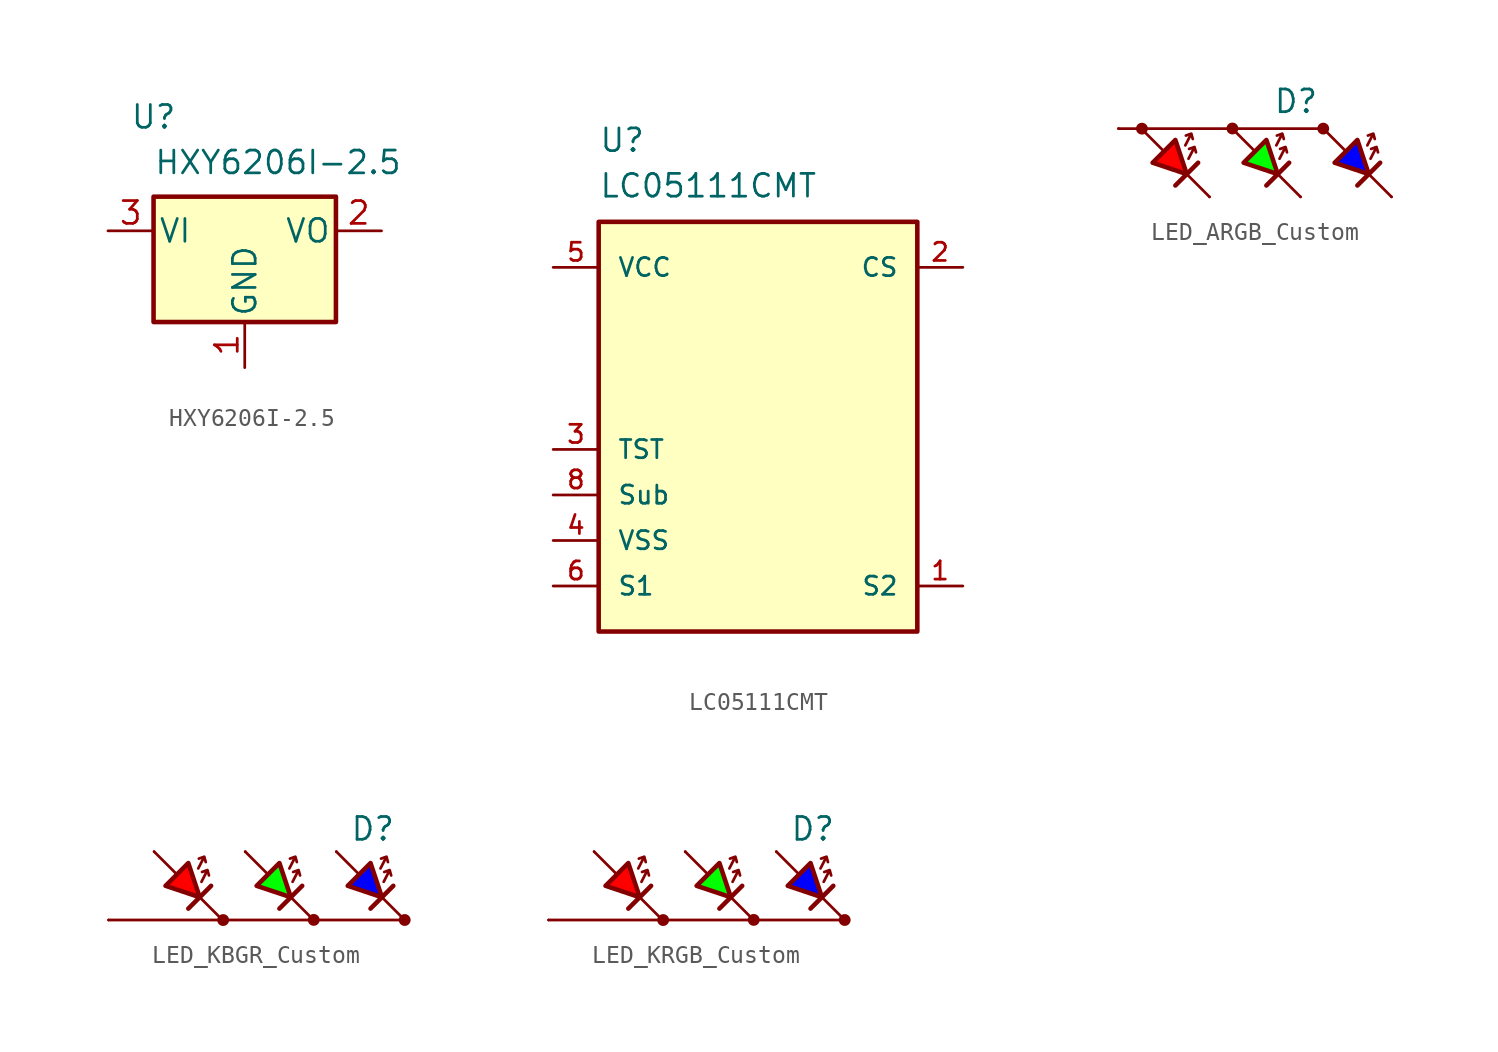
<source format=kicad_sym>
(kicad_symbol_lib
  (version 20241209)
  (generator "kicad_symbol_editor")
  (generator_version "9.0")
  (symbol "HXY6206I-2.5"
    (pin_names
      (offset 0.254))
    (property "Reference" "U"
      (at -5.08 6.35 0)
      (effects (font (size 1.27 1.27))))
    (property "Value" "HXY6206I-2.5"
      (at -5.08 3.81 0)
      (effects (font (size 1.27 1.27)) (justify left)))
    (symbol "HXY6206I-2.5_0_1"
      (rectangle (start -5.08 1.905) (end 5.08 -5.08) (stroke (width 0.254) (type default)) (fill (type background))))
    (symbol "HXY6206I-2.5_1_1"
      (pin power_in line (at -7.62 0 0) (length 2.54) (name "VI" (effects (font (size 1.27 1.27)))) (number "3" (effects (font (size 1.27 1.27)))))
      (pin power_in line (at 0 -7.62 90) (length 2.54) (name "GND" (effects (font (size 1.27 1.27)))) (number "1" (effects (font (size 1.27 1.27)))))
      (pin power_out line (at 7.62 0 180) (length 2.54) (name "VO" (effects (font (size 1.27 1.27)))) (number "2" (effects (font (size 1.27 1.27)))))))
  (symbol "LC05111CMT"
    (pin_names
      (offset 1.016))
    (property "Reference" "U"
      (at -8.89 15.24 0)
      (effects (font (size 1.27 1.27)) (justify left bottom)))
    (property "Value" "LC05111CMT"
      (at -8.89 12.7 0)
      (effects (font (size 1.27 1.27)) (justify left bottom)))
    (symbol "LC05111CMT_0_0"
      (rectangle (start -8.89 11.43) (end 8.89 -11.43) (stroke (width 0.254) (type default)) (fill (type background))))
    (symbol "LC05111CMT_1_0"
      (pin power_in line (at -11.43 8.89 0) (length 2.54) (name "VCC" (effects (font (size 1.016 1.016)))) (number "5" (effects (font (size 1.016 1.016)))))
      (pin bidirectional line (at -11.43 -1.27 0) (length 2.54) (name "TST" (effects (font (size 1.016 1.016)))) (number "3" (effects (font (size 1.016 1.016)))))
      (pin power_in line (at -11.43 -3.81 0) (length 2.54) (name "Sub" (effects (font (size 1.016 1.016)))) (number "8" (effects (font (size 1.016 1.016)))))
      (pin power_in line (at -11.43 -6.35 0) (length 2.54) (name "VSS" (effects (font (size 1.016 1.016)))) (number "4" (effects (font (size 1.016 1.016)))))
      (pin bidirectional line (at -11.43 -8.89 0) (length 2.54) (name "S1" (effects (font (size 1.016 1.016)))) (number "6" (effects (font (size 1.016 1.016)))))
      (pin input line (at 11.43 8.89 180) (length 2.54) (name "CS" (effects (font (size 1.016 1.016)))) (number "2" (effects (font (size 1.016 1.016)))))
      (pin no_connect line (at 11.43 0 180) (length 2.54) (hide yes) (name "DRAIN" (effects (font (size 1.016 1.016)))) (number "EP" (effects (font (size 1.016 1.016)))))
      (pin bidirectional line (at 11.43 -8.89 180) (length 2.54) (name "S2" (effects (font (size 1.016 1.016)))) (number "1" (effects (font (size 1.016 1.016)))))))
  (symbol "LED_ARGB_Custom"
    (pin_names
      (offset 0)
      (hide yes))
    (property "Reference" "D"
      (at 1.016 2.794 0)
      (effects (font (size 1.27 1.27))))
    (symbol "LED_ARGB_Custom_0_1"
      (polyline (pts (xy -8.89 1.27) (xy 2.54 1.27)) (stroke (width 0) (type default)) (fill (type none)))
      (polyline (pts (xy -7.62 1.27) (xy -6.35 0)) (stroke (width 0) (type default)) (fill (type none)))
      (circle (center -7.582 1.267) (radius 0.254) (stroke (width 0) (type default)) (fill (type outline)))
      (polyline (pts (xy -6.985 -0.635) (xy -5.715 0.635) (xy -5.08 -1.27) (xy -6.985 -0.635)) (stroke (width 0.254) (type default)) (fill (type color) (color 255 0 0 1)))
      (polyline (pts (xy -5.715 -1.905) (xy -4.445 -0.635)) (stroke (width 0.254) (type default)) (fill (type none)))
      (polyline (pts (xy -5.16 0.334) (xy -4.825 0.989) (xy -5.128 0.882) (xy -4.825 0.989) (xy -4.743 0.69)) (stroke (width 0) (type default)) (fill (type none)))
      (polyline (pts (xy -5.08 -1.27) (xy -3.81 -2.54)) (stroke (width 0) (type default)) (fill (type none)))
      (polyline (pts (xy -4.981 -0.411) (xy -4.647 0.244) (xy -4.949 0.137) (xy -4.647 0.244) (xy -4.564 -0.055)) (stroke (width 0) (type default)) (fill (type none)))
      (polyline (pts (xy -2.54 1.27) (xy -1.27 0)) (stroke (width 0) (type default)) (fill (type none)))
      (circle (center -2.531 1.276) (radius 0.254) (stroke (width 0) (type default)) (fill (type outline)))
      (polyline (pts (xy -1.905 -0.635) (xy -0.635 0.635) (xy 0 -1.27) (xy -1.905 -0.635)) (stroke (width 0.254) (type default)) (fill (type color) (color 0 255 0 1)))
      (polyline (pts (xy -0.635 -1.905) (xy 0.635 -0.635)) (stroke (width 0.254) (type default)) (fill (type none)))
      (polyline (pts (xy -0.08 0.334) (xy 0.255 0.989) (xy -0.048 0.882) (xy 0.255 0.989) (xy 0.337 0.69)) (stroke (width 0) (type default)) (fill (type none)))
      (polyline (pts (xy 0 -1.27) (xy 1.27 -2.54)) (stroke (width 0) (type default)) (fill (type none)))
      (polyline (pts (xy 0.099 -0.411) (xy 0.433 0.244) (xy 0.131 0.137) (xy 0.433 0.244) (xy 0.516 -0.055)) (stroke (width 0) (type default)) (fill (type none)))
      (polyline (pts (xy 2.54 1.27) (xy 3.81 0)) (stroke (width 0) (type default)) (fill (type none)))
      (circle (center 2.54 1.27) (radius 0.254) (stroke (width 0) (type default)) (fill (type outline)))
      (polyline (pts (xy 3.175 -0.635) (xy 4.445 0.635) (xy 5.08 -1.27) (xy 3.175 -0.635)) (stroke (width 0.254) (type default)) (fill (type color) (color 0 0 255 1)))
      (polyline (pts (xy 4.445 -1.905) (xy 5.715 -0.635)) (stroke (width 0.254) (type default)) (fill (type none)))
      (polyline (pts (xy 5 0.334) (xy 5.335 0.989) (xy 5.032 0.882) (xy 5.335 0.989) (xy 5.417 0.69)) (stroke (width 0) (type default)) (fill (type none)))
      (polyline (pts (xy 5.08 -1.27) (xy 6.35 -2.54)) (stroke (width 0) (type default)) (fill (type none)))
      (polyline (pts (xy 5.179 -0.411) (xy 5.513 0.244) (xy 5.211 0.137) (xy 5.513 0.244) (xy 5.596 -0.055)) (stroke (width 0) (type default)) (fill (type none))))
    (symbol "LED_ARGB_Custom_1_1"
      (pin passive line (at -8.89 1.27 270) (length 0) (name "A" (effects (font (size 0 0)))) (number "1" (effects (font (size 0 0)))))
      (pin passive line (at -3.81 -2.54 90) (length 0) (name "RK" (effects (font (size 0 0)))) (number "2" (effects (font (size 0 0)))))
      (pin passive line (at 1.27 -2.54 90) (length 0) (name "GK" (effects (font (size 0 0)))) (number "3" (effects (font (size 0 0)))))
      (pin passive line (at 6.35 -2.54 90) (length 0) (name "BK" (effects (font (size 0 0)))) (number "4" (effects (font (size 0 0)))))))
  (symbol "LED_KBGR_Custom"
    (pin_names
      (offset 0)
      (hide yes))
    (property "Reference" "D"
      (at 4.572 2.54 0)
      (effects (font (size 1.27 1.27))))
    (symbol "LED_KBGR_Custom_0_1"
      (polyline (pts (xy -10.16 -2.54) (xy 6.35 -2.54)) (stroke (width 0) (type default)) (fill (type none)))
      (polyline (pts (xy -7.62 1.27) (xy -6.35 0)) (stroke (width 0) (type default)) (fill (type none)))
      (polyline (pts (xy -6.985 -0.635) (xy -5.715 0.635) (xy -5.08 -1.27) (xy -6.985 -0.635)) (stroke (width 0.254) (type default)) (fill (type color) (color 255 0 0 1)))
      (polyline (pts (xy -5.715 -1.905) (xy -4.445 -0.635)) (stroke (width 0.254) (type default)) (fill (type none)))
      (polyline (pts (xy -5.16 0.334) (xy -4.825 0.989) (xy -5.128 0.882) (xy -4.825 0.989) (xy -4.743 0.69)) (stroke (width 0) (type default)) (fill (type none)))
      (polyline (pts (xy -5.08 -1.27) (xy -3.81 -2.54)) (stroke (width 0) (type default)) (fill (type none)))
      (polyline (pts (xy -4.981 -0.411) (xy -4.647 0.244) (xy -4.949 0.137) (xy -4.647 0.244) (xy -4.564 -0.055)) (stroke (width 0) (type default)) (fill (type none)))
      (circle (center -3.772 -2.543) (radius 0.254) (stroke (width 0) (type default)) (fill (type outline)))
      (polyline (pts (xy -2.54 1.27) (xy -1.27 0)) (stroke (width 0) (type default)) (fill (type none)))
      (polyline (pts (xy -1.905 -0.635) (xy -0.635 0.635) (xy 0 -1.27) (xy -1.905 -0.635)) (stroke (width 0.254) (type default)) (fill (type color) (color 0 255 0 1)))
      (polyline (pts (xy -0.635 -1.905) (xy 0.635 -0.635)) (stroke (width 0.254) (type default)) (fill (type none)))
      (polyline (pts (xy -0.08 0.334) (xy 0.255 0.989) (xy -0.048 0.882) (xy 0.255 0.989) (xy 0.337 0.69)) (stroke (width 0) (type default)) (fill (type none)))
      (polyline (pts (xy 0 -1.27) (xy 1.27 -2.54)) (stroke (width 0) (type default)) (fill (type none)))
      (polyline (pts (xy 0.099 -0.411) (xy 0.433 0.244) (xy 0.131 0.137) (xy 0.433 0.244) (xy 0.516 -0.055)) (stroke (width 0) (type default)) (fill (type none)))
      (circle (center 1.279 -2.534) (radius 0.254) (stroke (width 0) (type default)) (fill (type outline)))
      (polyline (pts (xy 2.54 1.27) (xy 3.81 0)) (stroke (width 0) (type default)) (fill (type none)))
      (polyline (pts (xy 3.175 -0.635) (xy 4.445 0.635) (xy 5.08 -1.27) (xy 3.175 -0.635)) (stroke (width 0.254) (type default)) (fill (type color) (color 0 0 255 1)))
      (polyline (pts (xy 4.445 -1.905) (xy 5.715 -0.635)) (stroke (width 0.254) (type default)) (fill (type none)))
      (polyline (pts (xy 5 0.334) (xy 5.335 0.989) (xy 5.032 0.882) (xy 5.335 0.989) (xy 5.417 0.69)) (stroke (width 0) (type default)) (fill (type none)))
      (polyline (pts (xy 5.08 -1.27) (xy 6.35 -2.54)) (stroke (width 0) (type default)) (fill (type none)))
      (polyline (pts (xy 5.179 -0.411) (xy 5.513 0.244) (xy 5.211 0.137) (xy 5.513 0.244) (xy 5.596 -0.055)) (stroke (width 0) (type default)) (fill (type none)))
      (circle (center 6.35 -2.54) (radius 0.254) (stroke (width 0) (type default)) (fill (type outline))))
    (symbol "LED_KBGR_Custom_1_1"
      (pin passive line (at -10.16 -2.54 90) (length 0) (name "K" (effects (font (size 0 0)))) (number "1" (effects (font (size 0 0)))))
      (pin passive line (at -7.62 1.27 270) (length 0) (name "RA" (effects (font (size 0 0)))) (number "4" (effects (font (size 0 0)))))
      (pin passive line (at -2.54 1.27 270) (length 0) (name "GA" (effects (font (size 0 0)))) (number "3" (effects (font (size 0 0)))))
      (pin passive line (at 2.54 1.27 270) (length 0) (name "BA" (effects (font (size 0 0)))) (number "2" (effects (font (size 0 0)))))))
  (symbol "LED_KRGB_Custom"
    (pin_names
      (offset 0)
      (hide yes))
    (property "Reference" "D"
      (at 4.572 2.54 0)
      (effects (font (size 1.27 1.27))))
    (symbol "LED_KRGB_Custom_0_1"
      (polyline (pts (xy -10.16 -2.54) (xy 6.35 -2.54)) (stroke (width 0) (type default)) (fill (type none)))
      (polyline (pts (xy -7.62 1.27) (xy -6.35 0)) (stroke (width 0) (type default)) (fill (type none)))
      (polyline (pts (xy -6.985 -0.635) (xy -5.715 0.635) (xy -5.08 -1.27) (xy -6.985 -0.635)) (stroke (width 0.254) (type default)) (fill (type color) (color 255 0 0 1)))
      (polyline (pts (xy -5.715 -1.905) (xy -4.445 -0.635)) (stroke (width 0.254) (type default)) (fill (type none)))
      (polyline (pts (xy -5.16 0.334) (xy -4.825 0.989) (xy -5.128 0.882) (xy -4.825 0.989) (xy -4.743 0.69)) (stroke (width 0) (type default)) (fill (type none)))
      (polyline (pts (xy -5.08 -1.27) (xy -3.81 -2.54)) (stroke (width 0) (type default)) (fill (type none)))
      (polyline (pts (xy -4.981 -0.411) (xy -4.647 0.244) (xy -4.949 0.137) (xy -4.647 0.244) (xy -4.564 -0.055)) (stroke (width 0) (type default)) (fill (type none)))
      (circle (center -3.772 -2.543) (radius 0.254) (stroke (width 0) (type default)) (fill (type outline)))
      (polyline (pts (xy -2.54 1.27) (xy -1.27 0)) (stroke (width 0) (type default)) (fill (type none)))
      (polyline (pts (xy -1.905 -0.635) (xy -0.635 0.635) (xy 0 -1.27) (xy -1.905 -0.635)) (stroke (width 0.254) (type default)) (fill (type color) (color 0 255 0 1)))
      (polyline (pts (xy -0.635 -1.905) (xy 0.635 -0.635)) (stroke (width 0.254) (type default)) (fill (type none)))
      (polyline (pts (xy -0.08 0.334) (xy 0.255 0.989) (xy -0.048 0.882) (xy 0.255 0.989) (xy 0.337 0.69)) (stroke (width 0) (type default)) (fill (type none)))
      (polyline (pts (xy 0 -1.27) (xy 1.27 -2.54)) (stroke (width 0) (type default)) (fill (type none)))
      (polyline (pts (xy 0.099 -0.411) (xy 0.433 0.244) (xy 0.131 0.137) (xy 0.433 0.244) (xy 0.516 -0.055)) (stroke (width 0) (type default)) (fill (type none)))
      (circle (center 1.279 -2.534) (radius 0.254) (stroke (width 0) (type default)) (fill (type outline)))
      (polyline (pts (xy 2.54 1.27) (xy 3.81 0)) (stroke (width 0) (type default)) (fill (type none)))
      (polyline (pts (xy 3.175 -0.635) (xy 4.445 0.635) (xy 5.08 -1.27) (xy 3.175 -0.635)) (stroke (width 0.254) (type default)) (fill (type color) (color 0 0 255 1)))
      (polyline (pts (xy 4.445 -1.905) (xy 5.715 -0.635)) (stroke (width 0.254) (type default)) (fill (type none)))
      (polyline (pts (xy 5 0.334) (xy 5.335 0.989) (xy 5.032 0.882) (xy 5.335 0.989) (xy 5.417 0.69)) (stroke (width 0) (type default)) (fill (type none)))
      (polyline (pts (xy 5.08 -1.27) (xy 6.35 -2.54)) (stroke (width 0) (type default)) (fill (type none)))
      (polyline (pts (xy 5.179 -0.411) (xy 5.513 0.244) (xy 5.211 0.137) (xy 5.513 0.244) (xy 5.596 -0.055)) (stroke (width 0) (type default)) (fill (type none)))
      (circle (center 6.35 -2.54) (radius 0.254) (stroke (width 0) (type default)) (fill (type outline))))
    (symbol "LED_KRGB_Custom_1_1"
      (pin passive line (at -10.16 -2.54 90) (length 0) (name "K" (effects (font (size 0 0)))) (number "1" (effects (font (size 0 0)))))
      (pin passive line (at -7.62 1.27 270) (length 0) (name "RA" (effects (font (size 0 0)))) (number "2" (effects (font (size 0 0)))))
      (pin passive line (at -2.54 1.27 270) (length 0) (name "GA" (effects (font (size 0 0)))) (number "3" (effects (font (size 0 0)))))
      (pin passive line (at 2.54 1.27 270) (length 0) (name "BA" (effects (font (size 0 0)))) (number "4" (effects (font (size 0 0))))))))
</source>
